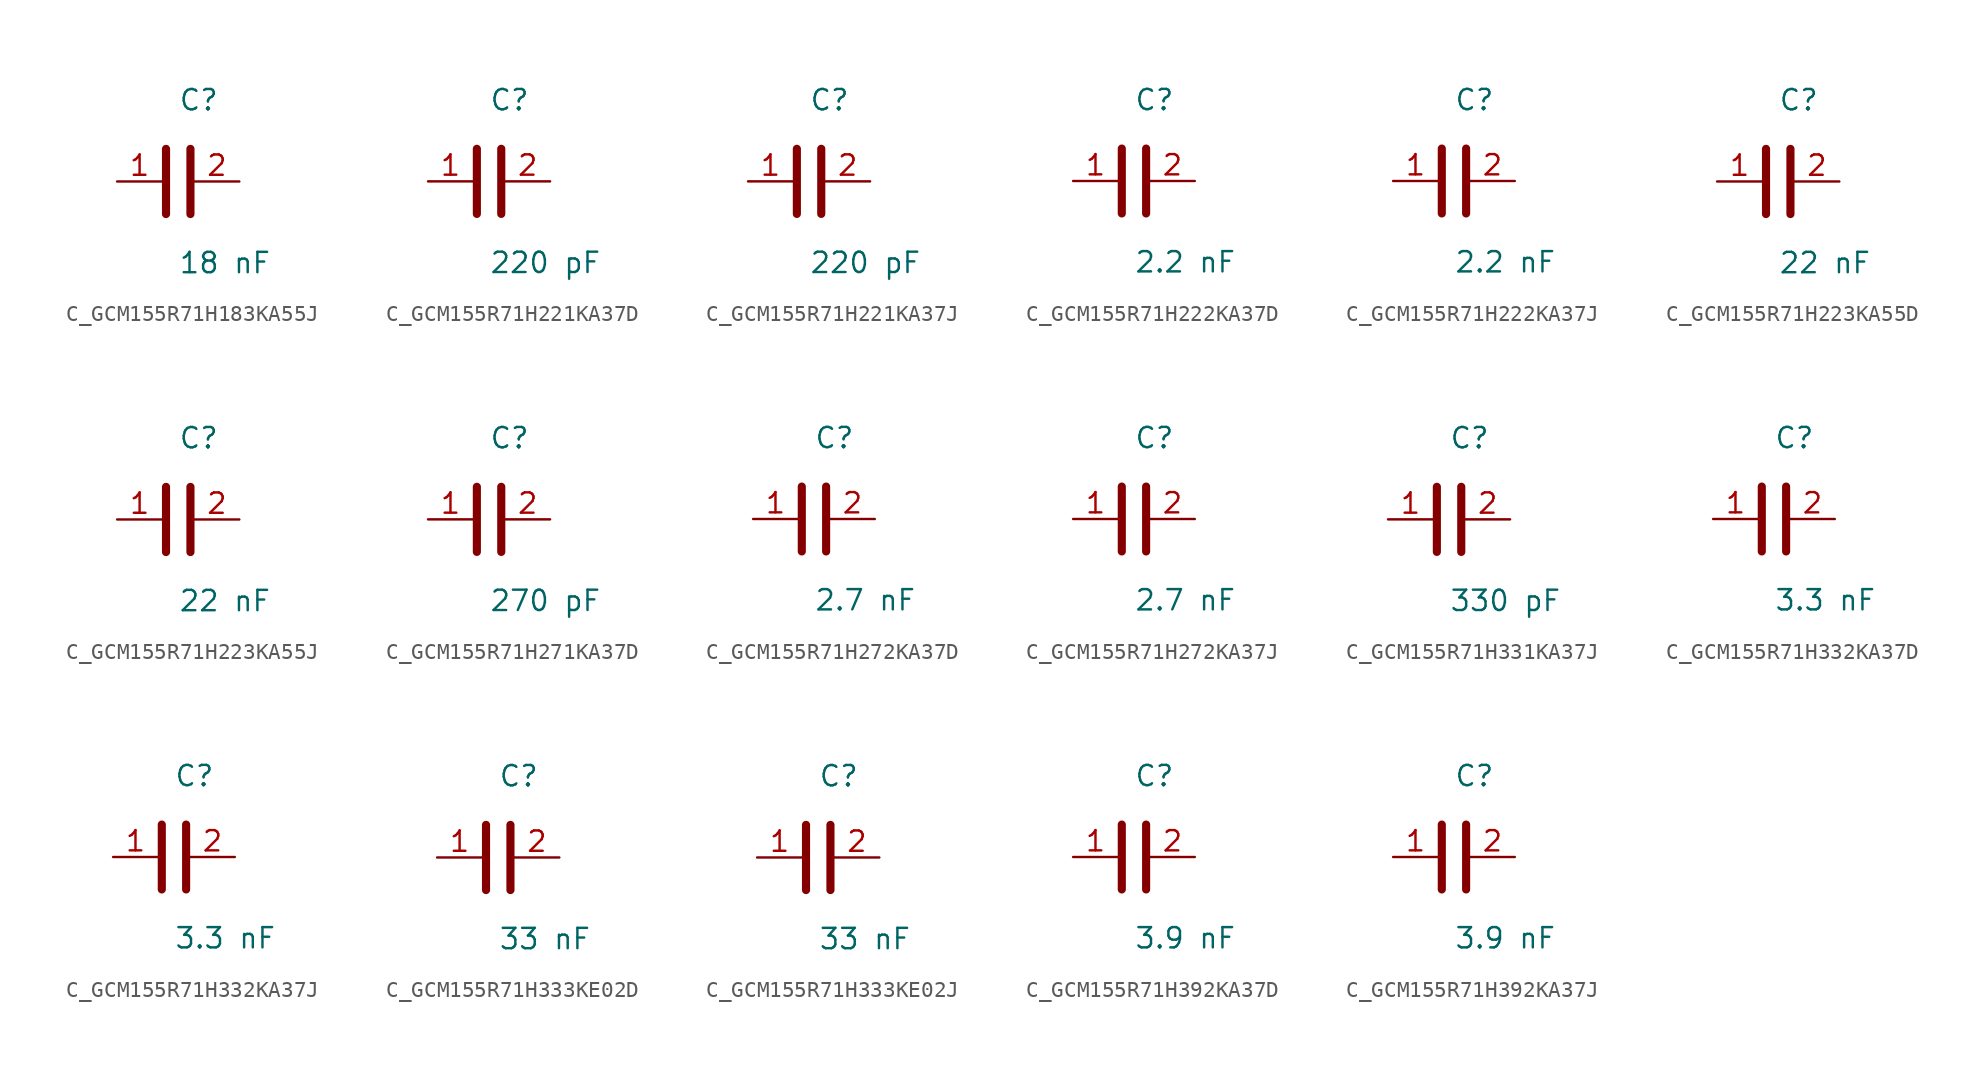
<source format=kicad_sym>
(kicad_symbol_lib
  (version 20231120)
  (generator kicad_symbol_editor)
  (generator_version 8.0)
  (symbol "C_GCM155R71H183KA55J"
    (pin_names
      (offset 0.254))
    (property "Reference" "C"
      (at 0 5.08 0)
      (effects (font (size 1.27 1.27)) (justify left)))
    (property "Value" "18 nF"
      (at 0 -5.08 0)
      (effects (font (size 1.27 1.27)) (justify left)))
    (symbol "C_GCM155R71H183KA55J_0_1"
      (polyline (pts (xy -0.762 -2.032) (xy -0.762 2.032)) (stroke (width 0.508) (type default)) (fill (type none)))
      (polyline (pts (xy 0.762 -2.032) (xy 0.762 2.032)) (stroke (width 0.508) (type default)) (fill (type none))))
    (pin unspecified line
      (at -3.81 0 0)
      (length 2.8)
      (name "" (effects (font (size 1.27 1.27))))
      (number "1" (effects (font (size 1.27 1.27)))))
    (pin unspecified line
      (at 3.81 0 180)
      (length 2.8)
      (name "" (effects (font (size 1.27 1.27))))
      (number "2" (effects (font (size 1.27 1.27))))))
  (symbol "C_GCM155R71H221KA37D"
    (pin_names
      (offset 0.254))
    (property "Reference" "C"
      (at 0 5.08 0)
      (effects (font (size 1.27 1.27)) (justify left)))
    (property "Value" "220 pF"
      (at 0 -5.08 0)
      (effects (font (size 1.27 1.27)) (justify left)))
    (symbol "C_GCM155R71H221KA37D_0_1"
      (polyline (pts (xy -0.762 -2.032) (xy -0.762 2.032)) (stroke (width 0.508) (type default)) (fill (type none)))
      (polyline (pts (xy 0.762 -2.032) (xy 0.762 2.032)) (stroke (width 0.508) (type default)) (fill (type none))))
    (pin unspecified line
      (at -3.81 0 0)
      (length 2.8)
      (name "" (effects (font (size 1.27 1.27))))
      (number "1" (effects (font (size 1.27 1.27)))))
    (pin unspecified line
      (at 3.81 0 180)
      (length 2.8)
      (name "" (effects (font (size 1.27 1.27))))
      (number "2" (effects (font (size 1.27 1.27))))))
  (symbol "C_GCM155R71H221KA37J"
    (pin_names
      (offset 0.254))
    (property "Reference" "C"
      (at 0 5.08 0)
      (effects (font (size 1.27 1.27)) (justify left)))
    (property "Value" "220 pF"
      (at 0 -5.08 0)
      (effects (font (size 1.27 1.27)) (justify left)))
    (symbol "C_GCM155R71H221KA37J_0_1"
      (polyline (pts (xy -0.762 -2.032) (xy -0.762 2.032)) (stroke (width 0.508) (type default)) (fill (type none)))
      (polyline (pts (xy 0.762 -2.032) (xy 0.762 2.032)) (stroke (width 0.508) (type default)) (fill (type none))))
    (pin unspecified line
      (at -3.81 0 0)
      (length 2.8)
      (name "" (effects (font (size 1.27 1.27))))
      (number "1" (effects (font (size 1.27 1.27)))))
    (pin unspecified line
      (at 3.81 0 180)
      (length 2.8)
      (name "" (effects (font (size 1.27 1.27))))
      (number "2" (effects (font (size 1.27 1.27))))))
  (symbol "C_GCM155R71H222KA37D"
    (pin_names
      (offset 0.254))
    (property "Reference" "C"
      (at 0 5.08 0)
      (effects (font (size 1.27 1.27)) (justify left)))
    (property "Value" "2.2 nF"
      (at 0 -5.08 0)
      (effects (font (size 1.27 1.27)) (justify left)))
    (symbol "C_GCM155R71H222KA37D_0_1"
      (polyline (pts (xy -0.762 -2.032) (xy -0.762 2.032)) (stroke (width 0.508) (type default)) (fill (type none)))
      (polyline (pts (xy 0.762 -2.032) (xy 0.762 2.032)) (stroke (width 0.508) (type default)) (fill (type none))))
    (pin unspecified line
      (at -3.81 0 0)
      (length 2.8)
      (name "" (effects (font (size 1.27 1.27))))
      (number "1" (effects (font (size 1.27 1.27)))))
    (pin unspecified line
      (at 3.81 0 180)
      (length 2.8)
      (name "" (effects (font (size 1.27 1.27))))
      (number "2" (effects (font (size 1.27 1.27))))))
  (symbol "C_GCM155R71H222KA37J"
    (pin_names
      (offset 0.254))
    (property "Reference" "C"
      (at 0 5.08 0)
      (effects (font (size 1.27 1.27)) (justify left)))
    (property "Value" "2.2 nF"
      (at 0 -5.08 0)
      (effects (font (size 1.27 1.27)) (justify left)))
    (symbol "C_GCM155R71H222KA37J_0_1"
      (polyline (pts (xy -0.762 -2.032) (xy -0.762 2.032)) (stroke (width 0.508) (type default)) (fill (type none)))
      (polyline (pts (xy 0.762 -2.032) (xy 0.762 2.032)) (stroke (width 0.508) (type default)) (fill (type none))))
    (pin unspecified line
      (at -3.81 0 0)
      (length 2.8)
      (name "" (effects (font (size 1.27 1.27))))
      (number "1" (effects (font (size 1.27 1.27)))))
    (pin unspecified line
      (at 3.81 0 180)
      (length 2.8)
      (name "" (effects (font (size 1.27 1.27))))
      (number "2" (effects (font (size 1.27 1.27))))))
  (symbol "C_GCM155R71H223KA55D"
    (pin_names
      (offset 0.254))
    (property "Reference" "C"
      (at 0 5.08 0)
      (effects (font (size 1.27 1.27)) (justify left)))
    (property "Value" "22 nF"
      (at 0 -5.08 0)
      (effects (font (size 1.27 1.27)) (justify left)))
    (symbol "C_GCM155R71H223KA55D_0_1"
      (polyline (pts (xy -0.762 -2.032) (xy -0.762 2.032)) (stroke (width 0.508) (type default)) (fill (type none)))
      (polyline (pts (xy 0.762 -2.032) (xy 0.762 2.032)) (stroke (width 0.508) (type default)) (fill (type none))))
    (pin unspecified line
      (at -3.81 0 0)
      (length 2.8)
      (name "" (effects (font (size 1.27 1.27))))
      (number "1" (effects (font (size 1.27 1.27)))))
    (pin unspecified line
      (at 3.81 0 180)
      (length 2.8)
      (name "" (effects (font (size 1.27 1.27))))
      (number "2" (effects (font (size 1.27 1.27))))))
  (symbol "C_GCM155R71H223KA55J"
    (pin_names
      (offset 0.254))
    (property "Reference" "C"
      (at 0 5.08 0)
      (effects (font (size 1.27 1.27)) (justify left)))
    (property "Value" "22 nF"
      (at 0 -5.08 0)
      (effects (font (size 1.27 1.27)) (justify left)))
    (symbol "C_GCM155R71H223KA55J_0_1"
      (polyline (pts (xy -0.762 -2.032) (xy -0.762 2.032)) (stroke (width 0.508) (type default)) (fill (type none)))
      (polyline (pts (xy 0.762 -2.032) (xy 0.762 2.032)) (stroke (width 0.508) (type default)) (fill (type none))))
    (pin unspecified line
      (at -3.81 0 0)
      (length 2.8)
      (name "" (effects (font (size 1.27 1.27))))
      (number "1" (effects (font (size 1.27 1.27)))))
    (pin unspecified line
      (at 3.81 0 180)
      (length 2.8)
      (name "" (effects (font (size 1.27 1.27))))
      (number "2" (effects (font (size 1.27 1.27))))))
  (symbol "C_GCM155R71H271KA37D"
    (pin_names
      (offset 0.254))
    (property "Reference" "C"
      (at 0 5.08 0)
      (effects (font (size 1.27 1.27)) (justify left)))
    (property "Value" "270 pF"
      (at 0 -5.08 0)
      (effects (font (size 1.27 1.27)) (justify left)))
    (symbol "C_GCM155R71H271KA37D_0_1"
      (polyline (pts (xy -0.762 -2.032) (xy -0.762 2.032)) (stroke (width 0.508) (type default)) (fill (type none)))
      (polyline (pts (xy 0.762 -2.032) (xy 0.762 2.032)) (stroke (width 0.508) (type default)) (fill (type none))))
    (pin unspecified line
      (at -3.81 0 0)
      (length 2.8)
      (name "" (effects (font (size 1.27 1.27))))
      (number "1" (effects (font (size 1.27 1.27)))))
    (pin unspecified line
      (at 3.81 0 180)
      (length 2.8)
      (name "" (effects (font (size 1.27 1.27))))
      (number "2" (effects (font (size 1.27 1.27))))))
  (symbol "C_GCM155R71H272KA37D"
    (pin_names
      (offset 0.254))
    (property "Reference" "C"
      (at 0 5.08 0)
      (effects (font (size 1.27 1.27)) (justify left)))
    (property "Value" "2.7 nF"
      (at 0 -5.08 0)
      (effects (font (size 1.27 1.27)) (justify left)))
    (symbol "C_GCM155R71H272KA37D_0_1"
      (polyline (pts (xy -0.762 -2.032) (xy -0.762 2.032)) (stroke (width 0.508) (type default)) (fill (type none)))
      (polyline (pts (xy 0.762 -2.032) (xy 0.762 2.032)) (stroke (width 0.508) (type default)) (fill (type none))))
    (pin unspecified line
      (at -3.81 0 0)
      (length 2.8)
      (name "" (effects (font (size 1.27 1.27))))
      (number "1" (effects (font (size 1.27 1.27)))))
    (pin unspecified line
      (at 3.81 0 180)
      (length 2.8)
      (name "" (effects (font (size 1.27 1.27))))
      (number "2" (effects (font (size 1.27 1.27))))))
  (symbol "C_GCM155R71H272KA37J"
    (pin_names
      (offset 0.254))
    (property "Reference" "C"
      (at 0 5.08 0)
      (effects (font (size 1.27 1.27)) (justify left)))
    (property "Value" "2.7 nF"
      (at 0 -5.08 0)
      (effects (font (size 1.27 1.27)) (justify left)))
    (symbol "C_GCM155R71H272KA37J_0_1"
      (polyline (pts (xy -0.762 -2.032) (xy -0.762 2.032)) (stroke (width 0.508) (type default)) (fill (type none)))
      (polyline (pts (xy 0.762 -2.032) (xy 0.762 2.032)) (stroke (width 0.508) (type default)) (fill (type none))))
    (pin unspecified line
      (at -3.81 0 0)
      (length 2.8)
      (name "" (effects (font (size 1.27 1.27))))
      (number "1" (effects (font (size 1.27 1.27)))))
    (pin unspecified line
      (at 3.81 0 180)
      (length 2.8)
      (name "" (effects (font (size 1.27 1.27))))
      (number "2" (effects (font (size 1.27 1.27))))))
  (symbol "C_GCM155R71H331KA37J"
    (pin_names
      (offset 0.254))
    (property "Reference" "C"
      (at 0 5.08 0)
      (effects (font (size 1.27 1.27)) (justify left)))
    (property "Value" "330 pF"
      (at 0 -5.08 0)
      (effects (font (size 1.27 1.27)) (justify left)))
    (symbol "C_GCM155R71H331KA37J_0_1"
      (polyline (pts (xy -0.762 -2.032) (xy -0.762 2.032)) (stroke (width 0.508) (type default)) (fill (type none)))
      (polyline (pts (xy 0.762 -2.032) (xy 0.762 2.032)) (stroke (width 0.508) (type default)) (fill (type none))))
    (pin unspecified line
      (at -3.81 0 0)
      (length 2.8)
      (name "" (effects (font (size 1.27 1.27))))
      (number "1" (effects (font (size 1.27 1.27)))))
    (pin unspecified line
      (at 3.81 0 180)
      (length 2.8)
      (name "" (effects (font (size 1.27 1.27))))
      (number "2" (effects (font (size 1.27 1.27))))))
  (symbol "C_GCM155R71H332KA37D"
    (pin_names
      (offset 0.254))
    (property "Reference" "C"
      (at 0 5.08 0)
      (effects (font (size 1.27 1.27)) (justify left)))
    (property "Value" "3.3 nF"
      (at 0 -5.08 0)
      (effects (font (size 1.27 1.27)) (justify left)))
    (symbol "C_GCM155R71H332KA37D_0_1"
      (polyline (pts (xy -0.762 -2.032) (xy -0.762 2.032)) (stroke (width 0.508) (type default)) (fill (type none)))
      (polyline (pts (xy 0.762 -2.032) (xy 0.762 2.032)) (stroke (width 0.508) (type default)) (fill (type none))))
    (pin unspecified line
      (at -3.81 0 0)
      (length 2.8)
      (name "" (effects (font (size 1.27 1.27))))
      (number "1" (effects (font (size 1.27 1.27)))))
    (pin unspecified line
      (at 3.81 0 180)
      (length 2.8)
      (name "" (effects (font (size 1.27 1.27))))
      (number "2" (effects (font (size 1.27 1.27))))))
  (symbol "C_GCM155R71H332KA37J"
    (pin_names
      (offset 0.254))
    (property "Reference" "C"
      (at 0 5.08 0)
      (effects (font (size 1.27 1.27)) (justify left)))
    (property "Value" "3.3 nF"
      (at 0 -5.08 0)
      (effects (font (size 1.27 1.27)) (justify left)))
    (symbol "C_GCM155R71H332KA37J_0_1"
      (polyline (pts (xy -0.762 -2.032) (xy -0.762 2.032)) (stroke (width 0.508) (type default)) (fill (type none)))
      (polyline (pts (xy 0.762 -2.032) (xy 0.762 2.032)) (stroke (width 0.508) (type default)) (fill (type none))))
    (pin unspecified line
      (at -3.81 0 0)
      (length 2.8)
      (name "" (effects (font (size 1.27 1.27))))
      (number "1" (effects (font (size 1.27 1.27)))))
    (pin unspecified line
      (at 3.81 0 180)
      (length 2.8)
      (name "" (effects (font (size 1.27 1.27))))
      (number "2" (effects (font (size 1.27 1.27))))))
  (symbol "C_GCM155R71H333KE02D"
    (pin_names
      (offset 0.254))
    (property "Reference" "C"
      (at 0 5.08 0)
      (effects (font (size 1.27 1.27)) (justify left)))
    (property "Value" "33 nF"
      (at 0 -5.08 0)
      (effects (font (size 1.27 1.27)) (justify left)))
    (symbol "C_GCM155R71H333KE02D_0_1"
      (polyline (pts (xy -0.762 -2.032) (xy -0.762 2.032)) (stroke (width 0.508) (type default)) (fill (type none)))
      (polyline (pts (xy 0.762 -2.032) (xy 0.762 2.032)) (stroke (width 0.508) (type default)) (fill (type none))))
    (pin unspecified line
      (at -3.81 0 0)
      (length 2.8)
      (name "" (effects (font (size 1.27 1.27))))
      (number "1" (effects (font (size 1.27 1.27)))))
    (pin unspecified line
      (at 3.81 0 180)
      (length 2.8)
      (name "" (effects (font (size 1.27 1.27))))
      (number "2" (effects (font (size 1.27 1.27))))))
  (symbol "C_GCM155R71H333KE02J"
    (pin_names
      (offset 0.254))
    (property "Reference" "C"
      (at 0 5.08 0)
      (effects (font (size 1.27 1.27)) (justify left)))
    (property "Value" "33 nF"
      (at 0 -5.08 0)
      (effects (font (size 1.27 1.27)) (justify left)))
    (symbol "C_GCM155R71H333KE02J_0_1"
      (polyline (pts (xy -0.762 -2.032) (xy -0.762 2.032)) (stroke (width 0.508) (type default)) (fill (type none)))
      (polyline (pts (xy 0.762 -2.032) (xy 0.762 2.032)) (stroke (width 0.508) (type default)) (fill (type none))))
    (pin unspecified line
      (at -3.81 0 0)
      (length 2.8)
      (name "" (effects (font (size 1.27 1.27))))
      (number "1" (effects (font (size 1.27 1.27)))))
    (pin unspecified line
      (at 3.81 0 180)
      (length 2.8)
      (name "" (effects (font (size 1.27 1.27))))
      (number "2" (effects (font (size 1.27 1.27))))))
  (symbol "C_GCM155R71H392KA37D"
    (pin_names
      (offset 0.254))
    (property "Reference" "C"
      (at 0 5.08 0)
      (effects (font (size 1.27 1.27)) (justify left)))
    (property "Value" "3.9 nF"
      (at 0 -5.08 0)
      (effects (font (size 1.27 1.27)) (justify left)))
    (symbol "C_GCM155R71H392KA37D_0_1"
      (polyline (pts (xy -0.762 -2.032) (xy -0.762 2.032)) (stroke (width 0.508) (type default)) (fill (type none)))
      (polyline (pts (xy 0.762 -2.032) (xy 0.762 2.032)) (stroke (width 0.508) (type default)) (fill (type none))))
    (pin unspecified line
      (at -3.81 0 0)
      (length 2.8)
      (name "" (effects (font (size 1.27 1.27))))
      (number "1" (effects (font (size 1.27 1.27)))))
    (pin unspecified line
      (at 3.81 0 180)
      (length 2.8)
      (name "" (effects (font (size 1.27 1.27))))
      (number "2" (effects (font (size 1.27 1.27))))))
  (symbol "C_GCM155R71H392KA37J"
    (pin_names
      (offset 0.254))
    (property "Reference" "C"
      (at 0 5.08 0)
      (effects (font (size 1.27 1.27)) (justify left)))
    (property "Value" "3.9 nF"
      (at 0 -5.08 0)
      (effects (font (size 1.27 1.27)) (justify left)))
    (symbol "C_GCM155R71H392KA37J_0_1"
      (polyline (pts (xy -0.762 -2.032) (xy -0.762 2.032)) (stroke (width 0.508) (type default)) (fill (type none)))
      (polyline (pts (xy 0.762 -2.032) (xy 0.762 2.032)) (stroke (width 0.508) (type default)) (fill (type none))))
    (pin unspecified line
      (at -3.81 0 0)
      (length 2.8)
      (name "" (effects (font (size 1.27 1.27))))
      (number "1" (effects (font (size 1.27 1.27)))))
    (pin unspecified line
      (at 3.81 0 180)
      (length 2.8)
      (name "" (effects (font (size 1.27 1.27))))
      (number "2" (effects (font (size 1.27 1.27)))))))
</source>
